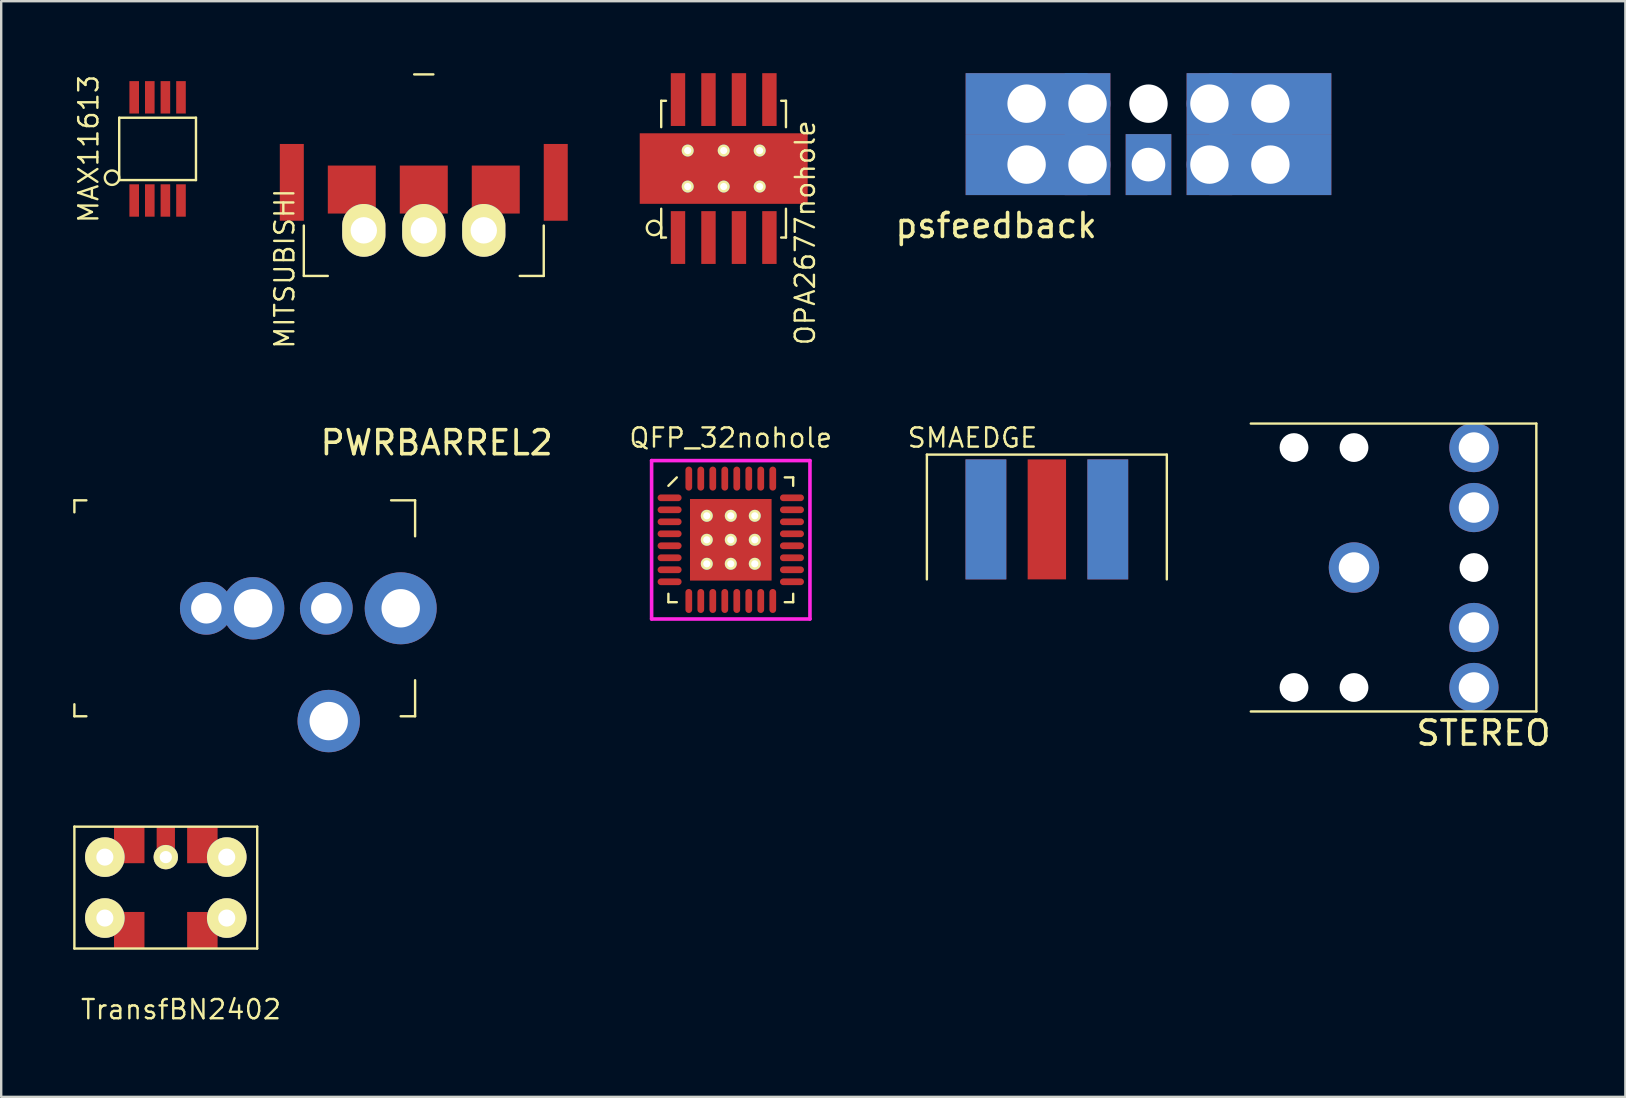
<source format=kicad_pcb>
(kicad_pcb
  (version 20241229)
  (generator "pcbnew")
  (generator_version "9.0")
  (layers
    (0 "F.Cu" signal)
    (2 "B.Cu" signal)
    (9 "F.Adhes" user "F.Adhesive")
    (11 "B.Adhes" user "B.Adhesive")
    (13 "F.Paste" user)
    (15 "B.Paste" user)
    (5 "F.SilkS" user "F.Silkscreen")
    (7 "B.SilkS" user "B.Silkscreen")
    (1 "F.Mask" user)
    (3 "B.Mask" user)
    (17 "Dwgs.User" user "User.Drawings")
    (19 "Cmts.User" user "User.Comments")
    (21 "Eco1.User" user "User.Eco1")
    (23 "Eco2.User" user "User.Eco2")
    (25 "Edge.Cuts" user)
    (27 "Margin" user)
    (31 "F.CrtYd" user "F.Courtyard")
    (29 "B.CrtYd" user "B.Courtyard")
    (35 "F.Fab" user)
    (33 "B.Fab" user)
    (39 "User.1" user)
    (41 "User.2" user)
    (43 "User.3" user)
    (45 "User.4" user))
  (footprint "MITSUBISHI"
    (layer "F.Cu")
    (at 14.612 7.85)
    (property "Reference" "MITSUBISHI" (at -5.8 0.3 90) (layer "F.SilkS") (effects (font (size 0.8 0.8) (thickness 0.1))))
    (attr through_hole)
    (fp_line (start -5 0.6) (end -5 -1.5) (stroke (width 0.1) (type solid)) (layer "F.SilkS"))
    (fp_line (start -5 0.6) (end -4 0.6) (stroke (width 0.1) (type solid)) (layer "F.SilkS"))
    (fp_line (start -0.4 -7.8) (end 0.4 -7.8) (stroke (width 0.1) (type solid)) (layer "F.SilkS"))
    (fp_line (start 4 0.6) (end 5 0.6) (stroke (width 0.1) (type solid)) (layer "F.SilkS"))
    (fp_line (start 5 0.6) (end 5 -1.5) (stroke (width 0.1) (type solid)) (layer "F.SilkS"))
    (pad "1" smd rect (at -3 -3 180) (size 2 2) (layers "F.Cu" "F.Mask" "F.Paste"))
    (pad "1" thru_hole oval (at -2.5 -1.3 180) (size 1.8 2.2) (drill 1.1) (layers "*.Cu" "*.Mask" "F.SilkS"))
    (pad "2" smd rect (at -5.5 -3.3 180) (size 1 3.2) (layers "F.Cu" "F.Mask" "F.Paste"))
    (pad "2" smd rect (at 0 -3 180) (size 2 2) (layers "F.Cu" "F.Mask" "F.Paste"))
    (pad "2" thru_hole oval (at 0 -1.3 180) (size 1.8 2.2) (drill 1.1) (layers "*.Cu" "*.Mask" "F.SilkS"))
    (pad "2" smd rect (at 5.5 -3.3 180) (size 1 3.2) (layers "F.Cu" "F.Mask" "F.Paste"))
    (pad "3" thru_hole oval (at 2.5 -1.3 180) (size 1.8 2.2) (drill 1.1) (layers "*.Cu" "*.Mask" "F.SilkS"))
    (pad "3" smd rect (at 3 -3 180) (size 2 2) (layers "F.Cu" "F.Mask" "F.Paste")))
  (footprint "PWRBARREL2"
    (layer "F.Cu")
    (at 10.65 22.302)
    (property "Reference" "PWRBARREL2" (at 4.5 -6.9 0) (layer "F.SilkS") (effects (font (size 1 1) (thickness 0.15))))
    (attr through_hole)
    (fp_line (start -10.6 -4.5) (end -10.1 -4.5) (stroke (width 0.1) (type solid)) (layer "F.SilkS"))
    (fp_line (start -10.6 -4) (end -10.6 -4.5) (stroke (width 0.1) (type solid)) (layer "F.SilkS"))
    (fp_line (start -10.6 4) (end -10.6 4.5) (stroke (width 0.1) (type solid)) (layer "F.SilkS"))
    (fp_line (start -10.6 4.5) (end -10.1 4.5) (stroke (width 0.1) (type solid)) (layer "F.SilkS"))
    (fp_line (start 3 4.5) (end 3.6 4.5) (stroke (width 0.1) (type solid)) (layer "F.SilkS"))
    (fp_line (start 3.6 -4.5) (end 2.6 -4.5) (stroke (width 0.1) (type solid)) (layer "F.SilkS"))
    (fp_line (start 3.6 -4.5) (end 3.6 -3) (stroke (width 0.1) (type solid)) (layer "F.SilkS"))
    (fp_line (start 3.6 4.5) (end 3.6 3) (stroke (width 0.1) (type solid)) (layer "F.SilkS"))
    (pad "1" thru_hole circle (at -0.1 0) (size 2.2 2.2) (drill 1.27) (layers "*.Cu" "*.Mask"))
    (pad "1" thru_hole circle (at 3 0) (size 3 3) (drill 1.6) (layers "*.Cu" "*.Mask"))
    (pad "2" thru_hole circle (at -5.1 0) (size 2.2 2.2) (drill 1.27) (layers "*.Cu" "*.Mask"))
    (pad "2" thru_hole circle (at -3.15 0) (size 2.6 2.6) (drill 1.6) (layers "*.Cu" "*.Mask"))
    (pad "2" thru_hole circle (at 0 4.7) (size 2.6 2.6) (drill 1.6) (layers "*.Cu" "*.Mask")))
  (footprint "psfeedback"
    (layer "F.Cu")
    (at 44.816 3.81)
    (property "Reference" "psfeedback" (at -6.35 2.54 0) (layer "F.SilkS") (effects (font (size 1 1) (thickness 0.15))))
    (attr through_hole)
    (pad "" np_thru_hole circle (at 0 -2.54) (size 1.6 1.6) (drill 1.6) (layers "*.Cu" "*.Mask"))
    (pad "1" thru_hole rect (at 0 0) (size 1.9 2.54) (drill 1.4) (layers "*.Cu" "*.Mask"))
    (pad "2" thru_hole rect (at -5.08 -2.54) (size 5.08 2.54) (drill 1.6) (layers "*.Cu" "*.Mask"))
    (pad "2" thru_hole rect (at -5.08 0) (size 5.08 2.54) (drill 1.6) (layers "*.Cu" "*.Mask"))
    (pad "2" thru_hole circle (at -2.54 -2.54) (size 1.9 1.9) (drill 1.6) (layers "*.Cu" "*.Mask"))
    (pad "2" smd rect (at -2.54 -2.54) (size 1.9 2.54) (layers "F.Cu" "F.Mask" "F.Paste"))
    (pad "2" smd rect (at -2.54 -2.54) (size 1.9 2.54) (layers "B.Cu" "B.Mask" "B.Paste"))
    (pad "2" thru_hole circle (at -2.54 0) (size 1.9 1.9) (drill 1.6) (layers "*.Cu" "*.Mask"))
    (pad "2" smd rect (at -2.54 0) (size 1.9 2.54) (layers "F.Cu" "F.Mask" "F.Paste"))
    (pad "2" smd rect (at -2.54 0) (size 1.9 2.54) (layers "B.Cu" "B.Mask" "B.Paste"))
    (pad "2" thru_hole circle (at 2.54 -2.54) (size 1.9 1.9) (drill 1.6) (layers "*.Cu" "*.Mask"))
    (pad "2" smd rect (at 2.54 -2.54) (size 1.9 2.54) (layers "F.Cu" "F.Mask" "F.Paste"))
    (pad "2" smd rect (at 2.54 -2.54) (size 1.9 2.54) (layers "B.Cu" "B.Mask" "B.Paste"))
    (pad "2" thru_hole circle (at 2.54 0) (size 1.9 1.9) (drill 1.6) (layers "*.Cu" "*.Mask"))
    (pad "2" smd rect (at 2.54 0) (size 1.9 2.54) (layers "F.Cu" "F.Mask" "F.Paste"))
    (pad "2" smd rect (at 2.54 0) (size 1.9 2.54) (layers "B.Cu" "B.Mask" "B.Paste"))
    (pad "2" thru_hole rect (at 5.08 -2.54) (size 5.08 2.54) (drill 1.6) (layers "*.Cu" "*.Mask"))
    (pad "2" thru_hole rect (at 5.08 0) (size 5.08 2.54) (drill 1.6) (layers "*.Cu" "*.Mask")))
  (footprint "OPA2677nohole"
    (layer "F.Cu")
    (at 25.207 6.85)
    (property "Reference" "OPA2677nohole" (at 5.3 -0.2 90) (layer "F.SilkS") (effects (font (size 0.8 0.8) (thickness 0.1))))
    (attr through_hole)
    (fp_line (start -0.7 -5.7) (end -0.7 -4.6) (stroke (width 0.1) (type solid)) (layer "F.SilkS"))
    (fp_line (start -0.7 0) (end -0.7 -1.2) (stroke (width 0.1) (type solid)) (layer "F.SilkS"))
    (fp_line (start -0.5 -5.7) (end -0.7 -5.7) (stroke (width 0.1) (type solid)) (layer "F.SilkS"))
    (fp_line (start -0.5 0) (end -0.7 0) (stroke (width 0.1) (type solid)) (layer "F.SilkS"))
    (fp_line (start 4.3 -5.7) (end 4.5 -5.7) (stroke (width 0.1) (type solid)) (layer "F.SilkS"))
    (fp_line (start 4.3 0) (end 4.5 0) (stroke (width 0.1) (type solid)) (layer "F.SilkS"))
    (fp_line (start 4.5 -5.7) (end 4.5 -4.6) (stroke (width 0.1) (type solid)) (layer "F.SilkS"))
    (fp_line (start 4.5 0) (end 4.5 -1.2) (stroke (width 0.1) (type solid)) (layer "F.SilkS"))
    (fp_circle (center -1 -0.4) (end -1.3 -0.4) (stroke (width 0.1) (type solid)) (fill no) (layer "F.SilkS"))
    (pad "1" smd rect (at 0 0) (size 0.6 2.2) (layers "F.Cu" "F.Mask" "F.Paste"))
    (pad "2" smd rect (at 1.27 0) (size 0.6 2.2) (layers "F.Cu" "F.Mask" "F.Paste"))
    (pad "3" smd rect (at 2.54 0) (size 0.6 2.2) (layers "F.Cu" "F.Mask" "F.Paste"))
    (pad "4" thru_hole circle (at 0.405 -3.625) (size 0.5 0.5) (drill 0.3) (layers "*.Cu" "*.Mask" "F.SilkS"))
    (pad "4" thru_hole circle (at 0.405 -2.125) (size 0.5 0.5) (drill 0.3) (layers "*.Cu" "*.Mask" "F.SilkS"))
    (pad "4" thru_hole circle (at 1.905 -3.625) (size 0.5 0.5) (drill 0.3) (layers "*.Cu" "*.Mask" "F.SilkS"))
    (pad "4" smd rect (at 1.905 -2.875) (size 7 2.94) (layers "F.Cu" "F.Mask" "F.Paste"))
    (pad "4" thru_hole circle (at 1.905 -2.125) (size 0.5 0.5) (drill 0.3) (layers "*.Cu" "*.Mask" "F.SilkS"))
    (pad "4" thru_hole circle (at 3.405 -3.625) (size 0.5 0.5) (drill 0.3) (layers "*.Cu" "*.Mask" "F.SilkS"))
    (pad "4" thru_hole circle (at 3.405 -2.125) (size 0.5 0.5) (drill 0.3) (layers "*.Cu" "*.Mask" "F.SilkS"))
    (pad "4" smd rect (at 3.81 0) (size 0.6 2.2) (layers "F.Cu" "F.Mask" "F.Paste"))
    (pad "5" smd rect (at 3.81 -5.75) (size 0.6 2.2) (layers "F.Cu" "F.Mask" "F.Paste"))
    (pad "6" smd rect (at 2.54 -5.75) (size 0.6 2.2) (layers "F.Cu" "F.Mask" "F.Paste"))
    (pad "7" smd rect (at 1.27 -5.75) (size 0.6 2.2) (layers "F.Cu" "F.Mask" "F.Paste"))
    (pad "8" smd rect (at 0 -5.75) (size 0.6 2.2) (layers "F.Cu" "F.Mask" "F.Paste")))
  (footprint "STEREO"
    (layer "F.Cu")
    (at 48.88 20.603)
    (property "Reference" "STEREO" (at 9.9 6.9 0) (layer "F.SilkS") (effects (font (size 1 1) (thickness 0.15))))
    (attr through_hole)
    (fp_line (start 0.2 -6) (end 12.1 -6) (stroke (width 0.1) (type solid)) (layer "F.SilkS"))
    (fp_line (start 12.1 -6) (end 12.1 6) (stroke (width 0.1) (type solid)) (layer "F.SilkS"))
    (fp_line (start 12.1 6) (end 0.2 6) (stroke (width 0.1) (type solid)) (layer "F.SilkS"))
    (pad "" np_thru_hole circle (at 2 -5) (size 1.2 1.2) (drill 1.2) (layers "*.Cu" "*.Mask"))
    (pad "" np_thru_hole circle (at 2 5) (size 1.2 1.2) (drill 1.2) (layers "*.Cu" "*.Mask"))
    (pad "" np_thru_hole circle (at 4.5 -5) (size 1.2 1.2) (drill 1.2) (layers "*.Cu" "*.Mask"))
    (pad "" np_thru_hole circle (at 4.5 5) (size 1.2 1.2) (drill 1.2) (layers "*.Cu" "*.Mask"))
    (pad "" np_thru_hole circle (at 9.5 0) (size 1.2 1.2) (drill 1.2) (layers "*.Cu" "*.Mask"))
    (pad "1" thru_hole circle (at 4.5 0) (size 2.1 2.1) (drill 1.27) (layers "*.Cu" "*.Mask"))
    (pad "2" thru_hole circle (at 9.5 5) (size 2.05 2.05) (drill 1.27) (layers "*.Cu" "*.Mask"))
    (pad "3" thru_hole circle (at 9.5 -5) (size 2.05 2.05) (drill 1.27) (layers "*.Cu" "*.Mask"))
    (pad "4" thru_hole circle (at 9.5 2.5) (size 2.05 2.05) (drill 1.27) (layers "*.Cu" "*.Mask"))
    (pad "5" thru_hole circle (at 9.5 -2.5) (size 2.05 2.05) (drill 1.27) (layers "*.Cu" "*.Mask")))
  (footprint "TransfBN2402"
    (layer "F.Cu")
    (at 3.86 33.942)
    (property "Reference" "TransfBN2402" (at 0.635 5.08 0) (layer "F.SilkS") (effects (font (size 0.8 0.8) (thickness 0.1))))
    (attr through_hole)
    (fp_line (start -3.81 -2.54) (end -3.81 2.54) (stroke (width 0.1) (type solid)) (layer "F.SilkS"))
    (fp_line (start -3.81 -2.54) (end 3.81 -2.54) (stroke (width 0.1) (type solid)) (layer "F.SilkS"))
    (fp_line (start -3.81 2.54) (end 3.81 2.54) (stroke (width 0.1) (type solid)) (layer "F.SilkS"))
    (fp_line (start 3.81 2.54) (end 3.81 -2.54) (stroke (width 0.1) (type solid)) (layer "F.SilkS"))
    (pad "1" smd rect (at 1.524 -1.778) (size 1.27 1.524) (layers "F.Cu" "F.Mask" "F.Paste"))
    (pad "1" thru_hole circle (at 2.54 -1.27) (size 1.651 1.651) (drill 0.711) (layers "*.Cu" "*.Mask" "F.SilkS"))
    (pad "2" smd rect (at 0 -2.032) (size 0.762 1.016) (layers "F.Cu" "F.Mask" "F.Paste"))
    (pad "2" thru_hole circle (at 0 -1.27) (size 1.016 1.016) (drill 0.508) (layers "*.Cu" "*.Mask" "F.SilkS"))
    (pad "3" thru_hole circle (at -2.54 -1.27) (size 1.651 1.651) (drill 0.711) (layers "*.Cu" "*.Mask" "F.SilkS"))
    (pad "3" smd rect (at -1.524 -1.778) (size 1.27 1.524) (layers "F.Cu" "F.Mask" "F.Paste"))
    (pad "4" thru_hole circle (at -2.54 1.27) (size 1.651 1.651) (drill 0.711) (layers "*.Cu" "*.Mask" "F.SilkS"))
    (pad "4" smd rect (at -1.524 1.778) (size 1.27 1.524) (layers "F.Cu" "F.Mask" "F.Paste"))
    (pad "6" smd rect (at 1.524 1.778) (size 1.27 1.524) (layers "F.Cu" "F.Mask" "F.Paste"))
    (pad "6" thru_hole circle (at 2.54 1.27) (size 1.651 1.651) (drill 0.711) (layers "*.Cu" "*.Mask" "F.SilkS")))
  (footprint "MAX11613"
    (layer "F.Cu")
    (at 3.518 3.156)
    (property "Reference" "MAX11613" (at -2.875 0 90) (layer "F.SilkS") (effects (font (size 0.8 0.8) (thickness 0.1))))
    (attr through_hole)
    (fp_line (start -1.6 -1.3) (end 1.6 -1.3) (stroke (width 0.1) (type solid)) (layer "F.SilkS"))
    (fp_line (start -1.6 1.3) (end -1.6 -1.3) (stroke (width 0.1) (type solid)) (layer "F.SilkS"))
    (fp_line (start 1.6 -1.3) (end 1.6 1.3) (stroke (width 0.1) (type solid)) (layer "F.SilkS"))
    (fp_line (start 1.6 1.3) (end -1.6 1.3) (stroke (width 0.1) (type solid)) (layer "F.SilkS"))
    (fp_circle (center -1.9 1.2) (end -1.9 1.5) (stroke (width 0.1) (type solid)) (fill no) (layer "F.SilkS"))
    (pad "1" smd rect (at -0.975 2.15) (size 0.4 1.35) (layers "F.Cu" "F.Mask" "F.Paste"))
    (pad "2" smd rect (at -0.325 2.15) (size 0.4 1.35) (layers "F.Cu" "F.Mask" "F.Paste"))
    (pad "3" smd rect (at 0.325 2.15) (size 0.4 1.35) (layers "F.Cu" "F.Mask" "F.Paste"))
    (pad "4" smd rect (at 0.975 2.15) (size 0.4 1.35) (layers "F.Cu" "F.Mask" "F.Paste"))
    (pad "5" smd rect (at 0.975 -2.15) (size 0.4 1.35) (layers "F.Cu" "F.Mask" "F.Paste"))
    (pad "6" smd rect (at 0.325 -2.15) (size 0.4 1.35) (layers "F.Cu" "F.Mask" "F.Paste"))
    (pad "7" smd rect (at -0.325 -2.15) (size 0.4 1.35) (layers "F.Cu" "F.Mask" "F.Paste"))
    (pad "8" smd rect (at -0.975 -2.15) (size 0.4 1.35) (layers "F.Cu" "F.Mask" "F.Paste")))
  (footprint "QFP_32nohole"
    (layer "F.Cu")
    (at 27.407 19.447)
    (property "Reference" "QFP_32nohole" (at 0 -4.25 0) (layer "F.SilkS") (effects (font (size 0.8 0.8) (thickness 0.1))))
    (attr through_hole)
    (fp_line (start -2.6 -2.25) (end -2.25 -2.6) (stroke (width 0.1) (type solid)) (layer "F.SilkS"))
    (fp_line (start -2.6 2.6) (end -2.6 2.25) (stroke (width 0.1) (type solid)) (layer "F.SilkS"))
    (fp_line (start -2.25 2.6) (end -2.6 2.6) (stroke (width 0.1) (type solid)) (layer "F.SilkS"))
    (fp_line (start 2.25 -2.6) (end 2.6 -2.6) (stroke (width 0.1) (type solid)) (layer "F.SilkS"))
    (fp_line (start 2.25 2.6) (end 2.6 2.6) (stroke (width 0.1) (type solid)) (layer "F.SilkS"))
    (fp_line (start 2.6 -2.6) (end 2.6 -2.25) (stroke (width 0.1) (type solid)) (layer "F.SilkS"))
    (fp_line (start 2.6 2.6) (end 2.6 2.25) (stroke (width 0.1) (type solid)) (layer "F.SilkS"))
    (fp_line (start -3.3 -3.3) (end 3.3 -3.3) (stroke (width 0.15) (type solid)) (layer "F.CrtYd"))
    (fp_line (start -3.3 3.3) (end -3.3 -3.3) (stroke (width 0.15) (type solid)) (layer "F.CrtYd"))
    (fp_line (start 3.3 -3.3) (end 3.3 3.3) (stroke (width 0.15) (type solid)) (layer "F.CrtYd"))
    (fp_line (start 3.3 3.3) (end -3.3 3.3) (stroke (width 0.15) (type solid)) (layer "F.CrtYd"))
    (pad "1" smd oval (at -2.55 -1.75 90) (size 0.28 1) (layers "F.Cu" "F.Mask" "F.Paste"))
    (pad "2" smd oval (at -2.55 -1.25 90) (size 0.28 1) (layers "F.Cu" "F.Mask" "F.Paste"))
    (pad "3" smd oval (at -2.55 -0.75 90) (size 0.28 1) (layers "F.Cu" "F.Mask" "F.Paste"))
    (pad "4" smd oval (at -2.55 -0.25 90) (size 0.28 1) (layers "F.Cu" "F.Mask" "F.Paste"))
    (pad "5" smd oval (at -2.55 0.25 90) (size 0.28 1) (layers "F.Cu" "F.Mask" "F.Paste"))
    (pad "6" smd oval (at -2.55 0.75 90) (size 0.28 1) (layers "F.Cu" "F.Mask" "F.Paste"))
    (pad "7" smd oval (at -2.55 1.25 90) (size 0.28 1) (layers "F.Cu" "F.Mask" "F.Paste"))
    (pad "8" smd oval (at -2.55 1.75 90) (size 0.28 1) (layers "F.Cu" "F.Mask" "F.Paste"))
    (pad "9" smd oval (at -1.75 2.55) (size 0.28 1) (layers "F.Cu" "F.Mask" "F.Paste"))
    (pad "10" smd oval (at -1.25 2.55) (size 0.28 1) (layers "F.Cu" "F.Mask" "F.Paste"))
    (pad "11" smd oval (at -0.75 2.55) (size 0.28 1) (layers "F.Cu" "F.Mask" "F.Paste"))
    (pad "12" smd oval (at -0.25 2.55) (size 0.28 1) (layers "F.Cu" "F.Mask" "F.Paste"))
    (pad "13" smd oval (at 0.25 2.55) (size 0.28 1) (layers "F.Cu" "F.Mask" "F.Paste"))
    (pad "14" smd oval (at 0.75 2.55) (size 0.28 1) (layers "F.Cu" "F.Mask" "F.Paste"))
    (pad "15" smd oval (at 1.25 2.55) (size 0.28 1) (layers "F.Cu" "F.Mask" "F.Paste"))
    (pad "16" smd oval (at 1.75 2.55) (size 0.28 1) (layers "F.Cu" "F.Mask" "F.Paste"))
    (pad "17" smd oval (at 2.55 1.75 90) (size 0.28 1) (layers "F.Cu" "F.Mask" "F.Paste"))
    (pad "18" smd oval (at 2.55 1.25 90) (size 0.28 1) (layers "F.Cu" "F.Mask" "F.Paste"))
    (pad "19" smd oval (at 2.55 0.75 90) (size 0.28 1) (layers "F.Cu" "F.Mask" "F.Paste"))
    (pad "20" smd oval (at 2.55 0.25 90) (size 0.28 1) (layers "F.Cu" "F.Mask" "F.Paste"))
    (pad "21" smd oval (at 2.55 -0.25 90) (size 0.28 1) (layers "F.Cu" "F.Mask" "F.Paste"))
    (pad "22" smd oval (at 2.55 -0.75 90) (size 0.28 1) (layers "F.Cu" "F.Mask" "F.Paste"))
    (pad "23" smd oval (at 2.55 -1.25 90) (size 0.28 1) (layers "F.Cu" "F.Mask" "F.Paste"))
    (pad "24" smd oval (at 2.55 -1.75 90) (size 0.28 1) (layers "F.Cu" "F.Mask" "F.Paste"))
    (pad "25" smd oval (at 1.75 -2.55) (size 0.28 1) (layers "F.Cu" "F.Mask" "F.Paste"))
    (pad "26" smd oval (at 1.25 -2.55) (size 0.28 1) (layers "F.Cu" "F.Mask" "F.Paste"))
    (pad "27" smd oval (at 0.75 -2.55) (size 0.28 1) (layers "F.Cu" "F.Mask" "F.Paste"))
    (pad "28" smd oval (at 0.25 -2.55) (size 0.28 1) (layers "F.Cu" "F.Mask" "F.Paste"))
    (pad "29" smd oval (at -0.25 -2.55) (size 0.28 1) (layers "F.Cu" "F.Mask" "F.Paste"))
    (pad "30" smd oval (at -0.75 -2.55) (size 0.28 1) (layers "F.Cu" "F.Mask" "F.Paste"))
    (pad "31" smd oval (at -1.25 -2.55) (size 0.28 1) (layers "F.Cu" "F.Mask" "F.Paste"))
    (pad "32" smd oval (at -1.75 -2.55) (size 0.28 1) (layers "F.Cu" "F.Mask" "F.Paste"))
    (pad "33" thru_hole circle (at -1 -1) (size 0.5 0.5) (drill 0.3) (layers "*.Cu" "*.Mask" "F.SilkS"))
    (pad "33" thru_hole circle (at -1 0) (size 0.5 0.5) (drill 0.3) (layers "*.Cu" "*.Mask" "F.SilkS"))
    (pad "33" thru_hole circle (at -1 1) (size 0.5 0.5) (drill 0.3) (layers "*.Cu" "*.Mask" "F.SilkS"))
    (pad "33" thru_hole circle (at 0 -1) (size 0.5 0.5) (drill 0.3) (layers "*.Cu" "*.Mask" "F.SilkS"))
    (pad "33" thru_hole circle (at 0 0) (size 0.5 0.5) (drill 0.3) (layers "*.Cu" "*.Mask" "F.SilkS"))
    (pad "33" smd rect (at 0 0) (size 3.4 3.4) (layers "F.Cu" "F.Mask" "F.Paste"))
    (pad "33" thru_hole circle (at 0 1) (size 0.5 0.5) (drill 0.3) (layers "*.Cu" "*.Mask" "F.SilkS"))
    (pad "33" thru_hole circle (at 1 -1) (size 0.5 0.5) (drill 0.3) (layers "*.Cu" "*.Mask" "F.SilkS"))
    (pad "33" thru_hole circle (at 1 0) (size 0.5 0.5) (drill 0.3) (layers "*.Cu" "*.Mask" "F.SilkS"))
    (pad "33" thru_hole circle (at 1 1) (size 0.5 0.5) (drill 0.3) (layers "*.Cu" "*.Mask" "F.SilkS")))
  (footprint "SMAEDGE"
    (layer "F.Cu")
    (at 40.58 21.297)
    (property "Reference" "SMAEDGE" (at -3.1 -6.1 0) (layer "F.SilkS") (effects (font (size 0.8 0.8) (thickness 0.1))))
    (attr through_hole)
    (fp_line (start -5 -5.4) (end 5 -5.4) (stroke (width 0.1) (type solid)) (layer "F.SilkS"))
    (fp_line (start -5 -0.2) (end -5 -5.4) (stroke (width 0.1) (type solid)) (layer "F.SilkS"))
    (fp_line (start 5 -5.4) (end 5 -0.2) (stroke (width 0.1) (type solid)) (layer "F.SilkS"))
    (pad "1" smd rect (at 0 -2.7) (size 1.6 5) (layers "F.Cu" "F.Mask" "F.Paste"))
    (pad "2" smd rect (at -2.54 -2.7) (size 1.7 5) (layers "F.Cu" "F.Mask" "F.Paste"))
    (pad "2" smd rect (at -2.54 -2.7) (size 1.7 5) (layers "B.Cu" "B.Mask" "B.Paste"))
    (pad "2" smd rect (at 2.54 -2.7) (size 1.7 5) (layers "F.Cu" "F.Mask" "F.Paste"))
    (pad "2" smd rect (at 2.54 -2.7) (size 1.7 5) (layers "*.Paste" "B.Cu" "B.Mask")))
  (gr_rect
    (start -3 -3)
    (end 64.691 42.665)
    (stroke (width 0.1) (type default))
    (fill no)
    (layer "Edge.Cuts")))
</source>
